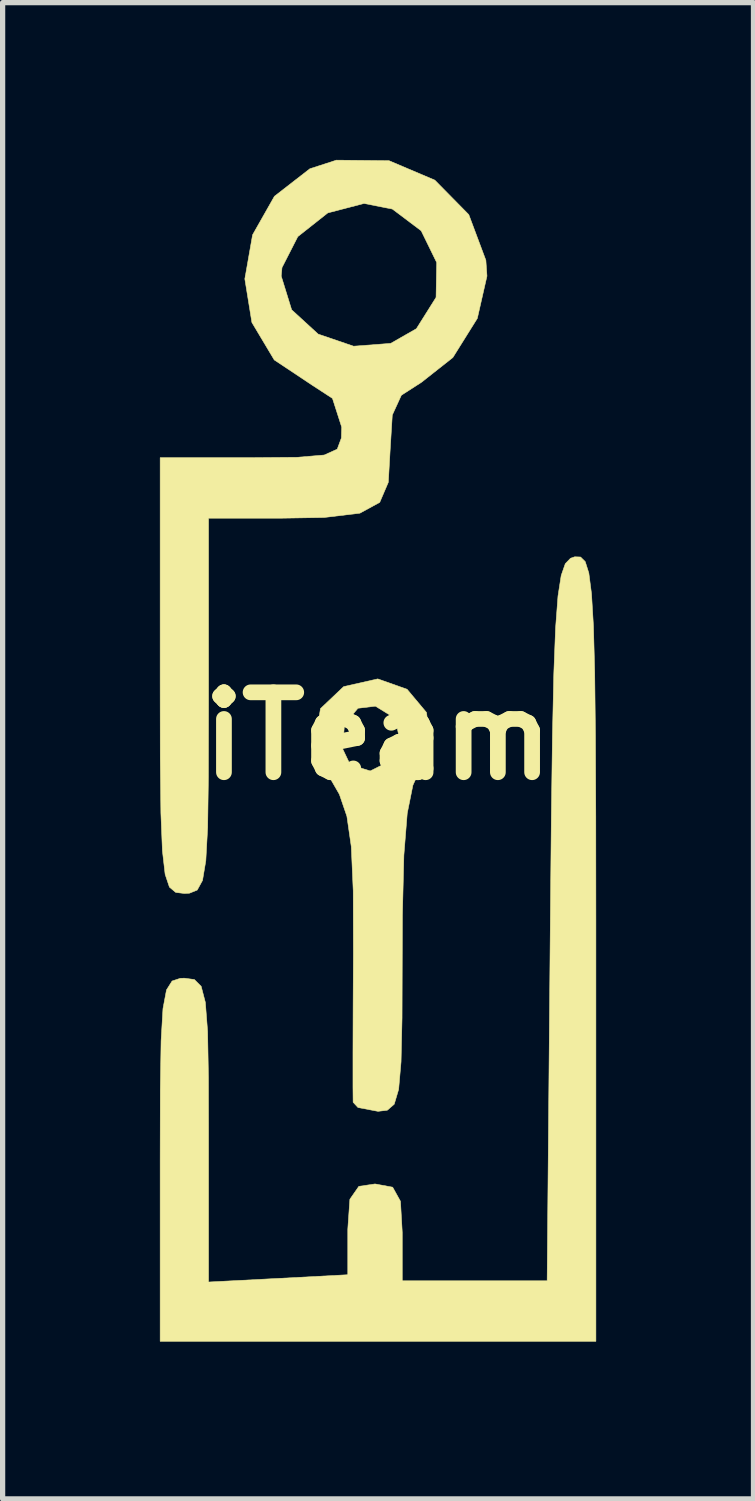
<source format=kicad_pcb>
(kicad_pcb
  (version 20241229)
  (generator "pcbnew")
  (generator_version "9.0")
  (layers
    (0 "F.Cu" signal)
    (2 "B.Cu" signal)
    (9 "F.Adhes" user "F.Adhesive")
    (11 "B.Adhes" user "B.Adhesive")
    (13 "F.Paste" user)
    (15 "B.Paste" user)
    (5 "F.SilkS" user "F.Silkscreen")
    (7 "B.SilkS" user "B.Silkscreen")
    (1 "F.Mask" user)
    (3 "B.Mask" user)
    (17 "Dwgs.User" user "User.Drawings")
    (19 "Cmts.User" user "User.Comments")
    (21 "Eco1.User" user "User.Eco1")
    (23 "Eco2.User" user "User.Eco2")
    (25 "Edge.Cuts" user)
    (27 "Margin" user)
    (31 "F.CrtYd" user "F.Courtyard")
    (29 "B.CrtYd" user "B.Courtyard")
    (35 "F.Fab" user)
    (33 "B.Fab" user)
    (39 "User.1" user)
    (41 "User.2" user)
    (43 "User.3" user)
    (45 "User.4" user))
  (footprint "iTeam"
    (layer "F.Cu")
    (at 4.161 10.991)
    (property "Reference" "iTeam" (at 0 0 0) (layer "F.SilkS") (effects (font (size 1.524 1.524) (thickness 0.3))))
    (attr through_hole)
    (fp_poly (pts (xy 0.554 -0.893) (xy 0.924 -0.451) (xy 1.004 0.131) (xy 0.825 0.585) (xy 0.665 0.937) (xy 0.557 1.473) (xy 0.493 2.272) (xy 0.465 3.412) (xy 0.462 4.148) (xy 0.458 5.376) (xy 0.439 6.215) (xy 0.393 6.739) (xy 0.309 7.022) (xy 0.176 7.137) (xy 0 7.158) (xy -0.382 7.085) (xy -0.475 6.985) (xy -0.478 6.698) (xy -0.478 6.048) (xy -0.475 5.134) (xy -0.47 4.156) (xy -0.473 2.952) (xy -0.51 2.109) (xy -0.594 1.529) (xy -0.737 1.111) (xy -0.891 0.844) (xy -1.144 0.237) (xy -0.678 0.237) (xy -0.531 0.547) (xy -0.149 0.665) (xy 0.243 0.47) (xy 0.424 0.14) (xy 0.332 -0.335) (xy -0.05 -0.571) (xy -0.383 -0.531) (xy -0.639 -0.228) (xy -0.678 0.237) (xy -1.144 0.237) (xy -1.199 0.105) (xy -1.098 -0.524) (xy -0.655 -0.944) (xy -0.005 -1.091) (xy 0.554 -0.893)) (stroke (width 0.01) (type solid)) (fill yes) (layer "F.SilkS"))
    (fp_poly (pts (xy 3.863 -3.416) (xy 3.952 -3.328) (xy 4.021 -3.11) (xy 4.072 -2.716) (xy 4.109 -2.099) (xy 4.133 -1.215) (xy 4.147 -0.017) (xy 4.154 1.541) (xy 4.156 3.504) (xy 4.156 4.024) (xy 4.156 11.545) (xy -4.156 11.545) (xy -4.156 8.082) (xy -4.153 6.751) (xy -4.138 5.813) (xy -4.102 5.199) (xy -4.035 4.842) (xy -3.928 4.672) (xy -3.773 4.621) (xy -3.695 4.618) (xy -3.503 4.644) (xy -3.374 4.773) (xy -3.294 5.079) (xy -3.251 5.636) (xy -3.235 6.521) (xy -3.233 7.516) (xy -3.233 10.414) (xy -1.905 10.345) (xy -0.577 10.275) (xy -0.577 9.409) (xy -0.537 8.835) (xy -0.366 8.589) (xy -0.058 8.543) (xy 0.279 8.605) (xy 0.428 8.874) (xy 0.462 9.467) (xy 0.462 10.391) (xy 3.226 10.391) (xy 3.287 3.524) (xy 3.306 1.557) (xy 3.327 0.003) (xy 3.353 -1.188) (xy 3.387 -2.063) (xy 3.433 -2.672) (xy 3.494 -3.064) (xy 3.572 -3.288) (xy 3.672 -3.392) (xy 3.752 -3.42) (xy 3.863 -3.416)) (stroke (width 0.01) (type solid)) (fill yes) (layer "F.SilkS"))
    (fp_poly (pts (xy 0.209 -10.976) (xy 1.083 -10.605) (xy 1.731 -9.947) (xy 2.057 -9.076) (xy 2.078 -8.775) (xy 1.894 -7.968) (xy 1.427 -7.221) (xy 0.825 -6.746) (xy 0.445 -6.502) (xy 0.272 -6.124) (xy 0.231 -5.456) (xy 0.196 -4.841) (xy 0.032 -4.458) (xy -0.346 -4.252) (xy -1.028 -4.17) (xy -1.866 -4.156) (xy -3.233 -4.156) (xy -3.233 -0.577) (xy -3.236 0.779) (xy -3.25 1.741) (xy -3.285 2.377) (xy -3.348 2.753) (xy -3.449 2.937) (xy -3.597 2.997) (xy -3.695 3.002) (xy -3.859 2.982) (xy -3.979 2.881) (xy -4.061 2.637) (xy -4.113 2.185) (xy -4.142 1.465) (xy -4.154 0.412) (xy -4.156 -1.035) (xy -4.156 -1.155) (xy -4.156 -5.311) (xy -2.425 -5.311) (xy -1.544 -5.318) (xy -1.027 -5.361) (xy -0.778 -5.473) (xy -0.699 -5.686) (xy -0.693 -5.894) (xy -0.869 -6.442) (xy -1.247 -6.688) (xy -1.979 -7.175) (xy -2.406 -7.89) (xy -2.541 -8.722) (xy -2.531 -8.775) (xy -1.847 -8.775) (xy -1.648 -8.132) (xy -1.142 -7.668) (xy -0.466 -7.437) (xy 0.242 -7.491) (xy 0.732 -7.771) (xy 1.107 -8.368) (xy 1.119 -9.034) (xy 0.823 -9.639) (xy 0.274 -10.053) (xy -0.267 -10.16) (xy -0.958 -9.98) (xy -1.53 -9.528) (xy -1.832 -8.937) (xy -1.847 -8.775) (xy -2.531 -8.775) (xy -2.393 -9.561) (xy -1.976 -10.297) (xy -1.3 -10.822) (xy -0.794 -10.986) (xy 0.209 -10.976)) (stroke (width 0.01) (type solid)) (fill yes) (layer "F.SilkS")))
  (gr_rect
    (start -3 -3)
    (end 11.323 25.541)
    (stroke (width 0.1) (type default))
    (fill no)
    (layer "Edge.Cuts")))
</source>
